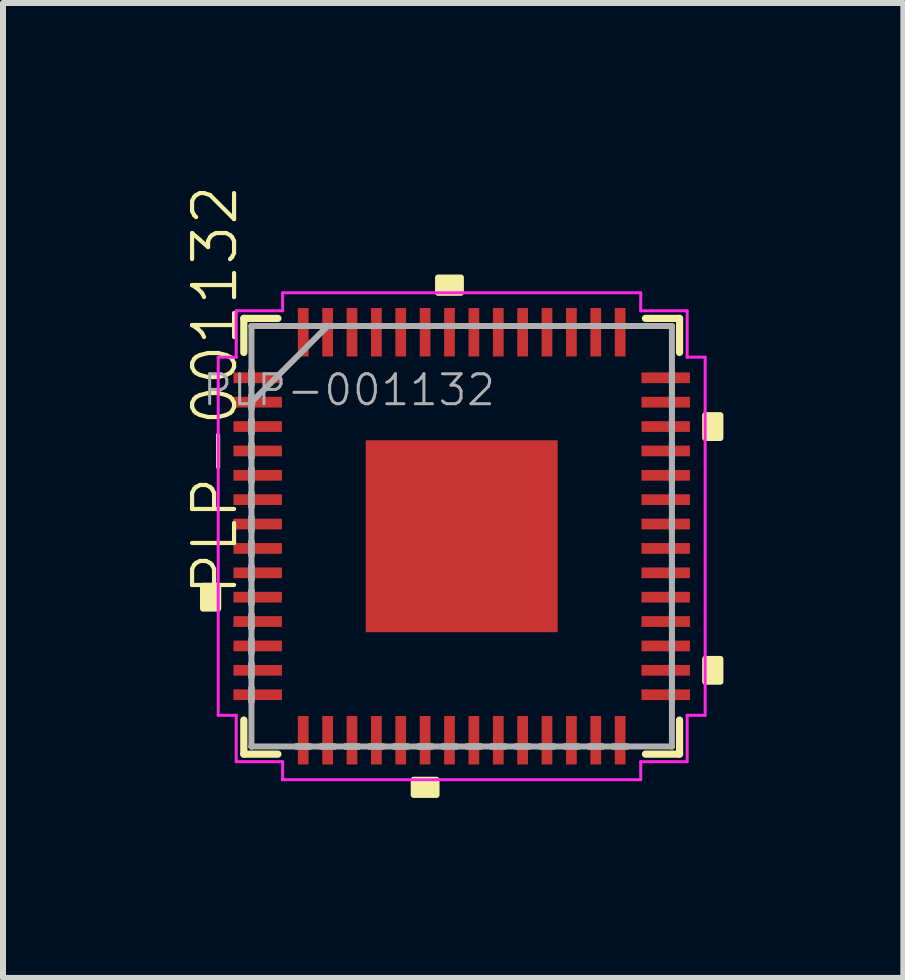
<source format=kicad_pcb>
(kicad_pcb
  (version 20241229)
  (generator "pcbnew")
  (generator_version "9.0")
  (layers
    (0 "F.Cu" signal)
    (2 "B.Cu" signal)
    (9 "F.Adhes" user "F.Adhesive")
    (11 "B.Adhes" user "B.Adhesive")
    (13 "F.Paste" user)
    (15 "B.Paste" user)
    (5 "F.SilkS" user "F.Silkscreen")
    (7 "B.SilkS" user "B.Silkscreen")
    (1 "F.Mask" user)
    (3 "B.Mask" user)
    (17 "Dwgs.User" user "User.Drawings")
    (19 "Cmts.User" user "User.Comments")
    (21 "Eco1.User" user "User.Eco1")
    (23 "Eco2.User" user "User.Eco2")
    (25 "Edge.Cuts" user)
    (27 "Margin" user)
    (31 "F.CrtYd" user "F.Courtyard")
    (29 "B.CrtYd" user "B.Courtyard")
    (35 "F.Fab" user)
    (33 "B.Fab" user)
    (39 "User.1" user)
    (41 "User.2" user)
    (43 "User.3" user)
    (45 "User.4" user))
  (footprint "PLP-001132"
    (layer "F.Cu")
    (at 4.647 5.89)
    (property "Reference" "PLP-001132" (at -4.115 -2.438 90) (layer "F.SilkS") (effects (font (size 0.7 0.7) (thickness 0.07))))
    (attr smd)
    (fp_line (start -3.632 -3.632) (end -3.632 -3.064) (stroke (width 0.12) (type solid)) (layer "F.SilkS"))
    (fp_line (start -3.632 3.064) (end -3.632 3.632) (stroke (width 0.12) (type solid)) (layer "F.SilkS"))
    (fp_line (start -3.632 3.632) (end -3.064 3.632) (stroke (width 0.12) (type solid)) (layer "F.SilkS"))
    (fp_line (start -3.064 -3.632) (end -3.632 -3.632) (stroke (width 0.12) (type solid)) (layer "F.SilkS"))
    (fp_line (start 3.064 3.632) (end 3.632 3.632) (stroke (width 0.12) (type solid)) (layer "F.SilkS"))
    (fp_line (start 3.632 -3.632) (end 3.064 -3.632) (stroke (width 0.12) (type solid)) (layer "F.SilkS"))
    (fp_line (start 3.632 -3.064) (end 3.632 -3.632) (stroke (width 0.12) (type solid)) (layer "F.SilkS"))
    (fp_line (start 3.632 3.632) (end 3.632 3.064) (stroke (width 0.12) (type solid)) (layer "F.SilkS"))
    (fp_poly (pts (xy -4.313 0.826) (xy -4.313 1.206) (xy -4.059 1.206) (xy -4.059 0.826)) (stroke (width 0.1) (type solid)) (fill yes) (layer "F.SilkS"))
    (fp_poly (pts (xy -0.8 4.059) (xy -0.8 4.313) (xy -0.419 4.313) (xy -0.419 4.059)) (stroke (width 0.1) (type solid)) (fill yes) (layer "F.SilkS"))
    (fp_poly (pts (xy -0.394 -4.059) (xy -0.394 -4.313) (xy -0.013 -4.313) (xy -0.013 -4.059)) (stroke (width 0.1) (type solid)) (fill yes) (layer "F.SilkS"))
    (fp_poly (pts (xy 4.313 -2.019) (xy 4.313 -1.638) (xy 4.059 -1.638) (xy 4.059 -2.019)) (stroke (width 0.1) (type solid)) (fill yes) (layer "F.SilkS"))
    (fp_poly (pts (xy 4.313 2.045) (xy 4.313 2.426) (xy 4.059 2.426) (xy 4.059 2.045)) (stroke (width 0.1) (type solid)) (fill yes) (layer "F.SilkS"))
    (fp_poly (pts (xy -1.5 -1.5) (xy -1.5 -0.1) (xy -0.1 -0.1) (xy -0.1 -1.5)) (stroke (width 0.1) (type solid)) (fill yes) (layer "F.Paste"))
    (fp_poly (pts (xy -1.5 0.1) (xy -1.5 1.5) (xy -0.1 1.5) (xy -0.1 0.1)) (stroke (width 0.1) (type solid)) (fill yes) (layer "F.Paste"))
    (fp_poly (pts (xy 0.1 -1.5) (xy 0.1 -0.1) (xy 1.5 -0.1) (xy 1.5 -1.5)) (stroke (width 0.1) (type solid)) (fill yes) (layer "F.Paste"))
    (fp_poly (pts (xy 0.1 0.1) (xy 0.1 1.5) (xy 1.5 1.5) (xy 1.5 0.1)) (stroke (width 0.1) (type solid)) (fill yes) (layer "F.Paste"))
    (fp_line (start -4.059 -2.985) (end -3.759 -2.985) (stroke (width 0.05) (type solid)) (layer "F.CrtYd"))
    (fp_line (start -4.059 2.985) (end -4.059 -2.985) (stroke (width 0.05) (type solid)) (layer "F.CrtYd"))
    (fp_line (start -3.759 -3.759) (end -2.985 -3.759) (stroke (width 0.05) (type solid)) (layer "F.CrtYd"))
    (fp_line (start -3.759 -2.985) (end -3.759 -3.759) (stroke (width 0.05) (type solid)) (layer "F.CrtYd"))
    (fp_line (start -3.759 2.985) (end -4.059 2.985) (stroke (width 0.05) (type solid)) (layer "F.CrtYd"))
    (fp_line (start -3.759 3.759) (end -3.759 2.985) (stroke (width 0.05) (type solid)) (layer "F.CrtYd"))
    (fp_line (start -2.985 -4.059) (end 2.985 -4.059) (stroke (width 0.05) (type solid)) (layer "F.CrtYd"))
    (fp_line (start -2.985 -3.759) (end -2.985 -4.059) (stroke (width 0.05) (type solid)) (layer "F.CrtYd"))
    (fp_line (start -2.985 3.759) (end -3.759 3.759) (stroke (width 0.05) (type solid)) (layer "F.CrtYd"))
    (fp_line (start -2.985 4.059) (end -2.985 3.759) (stroke (width 0.05) (type solid)) (layer "F.CrtYd"))
    (fp_line (start 2.985 -4.059) (end 2.985 -3.759) (stroke (width 0.05) (type solid)) (layer "F.CrtYd"))
    (fp_line (start 2.985 -3.759) (end 3.759 -3.759) (stroke (width 0.05) (type solid)) (layer "F.CrtYd"))
    (fp_line (start 2.985 3.759) (end 2.985 4.059) (stroke (width 0.05) (type solid)) (layer "F.CrtYd"))
    (fp_line (start 2.985 4.059) (end -2.985 4.059) (stroke (width 0.05) (type solid)) (layer "F.CrtYd"))
    (fp_line (start 3.759 -3.759) (end 3.759 -2.985) (stroke (width 0.05) (type solid)) (layer "F.CrtYd"))
    (fp_line (start 3.759 -2.985) (end 4.059 -2.985) (stroke (width 0.05) (type solid)) (layer "F.CrtYd"))
    (fp_line (start 3.759 2.985) (end 3.759 3.759) (stroke (width 0.05) (type solid)) (layer "F.CrtYd"))
    (fp_line (start 3.759 3.759) (end 2.985 3.759) (stroke (width 0.05) (type solid)) (layer "F.CrtYd"))
    (fp_line (start 4.059 -2.985) (end 4.059 2.985) (stroke (width 0.05) (type solid)) (layer "F.CrtYd"))
    (fp_line (start 4.059 2.985) (end 3.759 2.985) (stroke (width 0.05) (type solid)) (layer "F.CrtYd"))
    (fp_line (start -3.505 -3.505) (end -3.505 -3.505) (stroke (width 0.1) (type solid)) (layer "F.Fab"))
    (fp_line (start -3.505 -3.505) (end -3.505 3.505) (stroke (width 0.1) (type solid)) (layer "F.Fab"))
    (fp_line (start -3.505 -2.756) (end -3.505 -2.756) (stroke (width 0.1) (type solid)) (layer "F.Fab"))
    (fp_line (start -3.505 -2.756) (end -3.505 -2.527) (stroke (width 0.1) (type solid)) (layer "F.Fab"))
    (fp_line (start -3.505 -2.527) (end -3.505 -2.756) (stroke (width 0.1) (type solid)) (layer "F.Fab"))
    (fp_line (start -3.505 -2.527) (end -3.505 -2.527) (stroke (width 0.1) (type solid)) (layer "F.Fab"))
    (fp_line (start -3.505 -2.349) (end -3.505 -2.349) (stroke (width 0.1) (type solid)) (layer "F.Fab"))
    (fp_line (start -3.505 -2.349) (end -3.505 -2.121) (stroke (width 0.1) (type solid)) (layer "F.Fab"))
    (fp_line (start -3.505 -2.235) (end -2.235 -3.505) (stroke (width 0.1) (type solid)) (layer "F.Fab"))
    (fp_line (start -3.505 -2.121) (end -3.505 -2.349) (stroke (width 0.1) (type solid)) (layer "F.Fab"))
    (fp_line (start -3.505 -2.121) (end -3.505 -2.121) (stroke (width 0.1) (type solid)) (layer "F.Fab"))
    (fp_line (start -3.505 -1.943) (end -3.505 -1.943) (stroke (width 0.1) (type solid)) (layer "F.Fab"))
    (fp_line (start -3.505 -1.943) (end -3.505 -1.714) (stroke (width 0.1) (type solid)) (layer "F.Fab"))
    (fp_line (start -3.505 -1.714) (end -3.505 -1.943) (stroke (width 0.1) (type solid)) (layer "F.Fab"))
    (fp_line (start -3.505 -1.714) (end -3.505 -1.714) (stroke (width 0.1) (type solid)) (layer "F.Fab"))
    (fp_line (start -3.505 -1.537) (end -3.505 -1.537) (stroke (width 0.1) (type solid)) (layer "F.Fab"))
    (fp_line (start -3.505 -1.537) (end -3.505 -1.308) (stroke (width 0.1) (type solid)) (layer "F.Fab"))
    (fp_line (start -3.505 -1.308) (end -3.505 -1.537) (stroke (width 0.1) (type solid)) (layer "F.Fab"))
    (fp_line (start -3.505 -1.308) (end -3.505 -1.308) (stroke (width 0.1) (type solid)) (layer "F.Fab"))
    (fp_line (start -3.505 -1.13) (end -3.505 -1.13) (stroke (width 0.1) (type solid)) (layer "F.Fab"))
    (fp_line (start -3.505 -1.13) (end -3.505 -0.902) (stroke (width 0.1) (type solid)) (layer "F.Fab"))
    (fp_line (start -3.505 -0.902) (end -3.505 -1.13) (stroke (width 0.1) (type solid)) (layer "F.Fab"))
    (fp_line (start -3.505 -0.902) (end -3.505 -0.902) (stroke (width 0.1) (type solid)) (layer "F.Fab"))
    (fp_line (start -3.505 -0.724) (end -3.505 -0.724) (stroke (width 0.1) (type solid)) (layer "F.Fab"))
    (fp_line (start -3.505 -0.724) (end -3.505 -0.495) (stroke (width 0.1) (type solid)) (layer "F.Fab"))
    (fp_line (start -3.505 -0.495) (end -3.505 -0.724) (stroke (width 0.1) (type solid)) (layer "F.Fab"))
    (fp_line (start -3.505 -0.495) (end -3.505 -0.495) (stroke (width 0.1) (type solid)) (layer "F.Fab"))
    (fp_line (start -3.505 -0.318) (end -3.505 -0.318) (stroke (width 0.1) (type solid)) (layer "F.Fab"))
    (fp_line (start -3.505 -0.318) (end -3.505 -0.089) (stroke (width 0.1) (type solid)) (layer "F.Fab"))
    (fp_line (start -3.505 -0.089) (end -3.505 -0.318) (stroke (width 0.1) (type solid)) (layer "F.Fab"))
    (fp_line (start -3.505 -0.089) (end -3.505 -0.089) (stroke (width 0.1) (type solid)) (layer "F.Fab"))
    (fp_line (start -3.505 0.089) (end -3.505 0.089) (stroke (width 0.1) (type solid)) (layer "F.Fab"))
    (fp_line (start -3.505 0.089) (end -3.505 0.318) (stroke (width 0.1) (type solid)) (layer "F.Fab"))
    (fp_line (start -3.505 0.318) (end -3.505 0.089) (stroke (width 0.1) (type solid)) (layer "F.Fab"))
    (fp_line (start -3.505 0.318) (end -3.505 0.318) (stroke (width 0.1) (type solid)) (layer "F.Fab"))
    (fp_line (start -3.505 0.495) (end -3.505 0.495) (stroke (width 0.1) (type solid)) (layer "F.Fab"))
    (fp_line (start -3.505 0.495) (end -3.505 0.724) (stroke (width 0.1) (type solid)) (layer "F.Fab"))
    (fp_line (start -3.505 0.724) (end -3.505 0.495) (stroke (width 0.1) (type solid)) (layer "F.Fab"))
    (fp_line (start -3.505 0.724) (end -3.505 0.724) (stroke (width 0.1) (type solid)) (layer "F.Fab"))
    (fp_line (start -3.505 0.902) (end -3.505 0.902) (stroke (width 0.1) (type solid)) (layer "F.Fab"))
    (fp_line (start -3.505 0.902) (end -3.505 1.13) (stroke (width 0.1) (type solid)) (layer "F.Fab"))
    (fp_line (start -3.505 1.13) (end -3.505 0.902) (stroke (width 0.1) (type solid)) (layer "F.Fab"))
    (fp_line (start -3.505 1.13) (end -3.505 1.13) (stroke (width 0.1) (type solid)) (layer "F.Fab"))
    (fp_line (start -3.505 1.308) (end -3.505 1.308) (stroke (width 0.1) (type solid)) (layer "F.Fab"))
    (fp_line (start -3.505 1.308) (end -3.505 1.537) (stroke (width 0.1) (type solid)) (layer "F.Fab"))
    (fp_line (start -3.505 1.537) (end -3.505 1.308) (stroke (width 0.1) (type solid)) (layer "F.Fab"))
    (fp_line (start -3.505 1.537) (end -3.505 1.537) (stroke (width 0.1) (type solid)) (layer "F.Fab"))
    (fp_line (start -3.505 1.714) (end -3.505 1.714) (stroke (width 0.1) (type solid)) (layer "F.Fab"))
    (fp_line (start -3.505 1.714) (end -3.505 1.943) (stroke (width 0.1) (type solid)) (layer "F.Fab"))
    (fp_line (start -3.505 1.943) (end -3.505 1.714) (stroke (width 0.1) (type solid)) (layer "F.Fab"))
    (fp_line (start -3.505 1.943) (end -3.505 1.943) (stroke (width 0.1) (type solid)) (layer "F.Fab"))
    (fp_line (start -3.505 2.121) (end -3.505 2.121) (stroke (width 0.1) (type solid)) (layer "F.Fab"))
    (fp_line (start -3.505 2.121) (end -3.505 2.349) (stroke (width 0.1) (type solid)) (layer "F.Fab"))
    (fp_line (start -3.505 2.349) (end -3.505 2.121) (stroke (width 0.1) (type solid)) (layer "F.Fab"))
    (fp_line (start -3.505 2.349) (end -3.505 2.349) (stroke (width 0.1) (type solid)) (layer "F.Fab"))
    (fp_line (start -3.505 2.527) (end -3.505 2.527) (stroke (width 0.1) (type solid)) (layer "F.Fab"))
    (fp_line (start -3.505 2.527) (end -3.505 2.756) (stroke (width 0.1) (type solid)) (layer "F.Fab"))
    (fp_line (start -3.505 2.756) (end -3.505 2.527) (stroke (width 0.1) (type solid)) (layer "F.Fab"))
    (fp_line (start -3.505 2.756) (end -3.505 2.756) (stroke (width 0.1) (type solid)) (layer "F.Fab"))
    (fp_line (start -3.505 3.505) (end -3.505 3.505) (stroke (width 0.1) (type solid)) (layer "F.Fab"))
    (fp_line (start -3.505 3.505) (end 3.505 3.505) (stroke (width 0.1) (type solid)) (layer "F.Fab"))
    (fp_line (start -2.756 -3.505) (end -2.756 -3.505) (stroke (width 0.1) (type solid)) (layer "F.Fab"))
    (fp_line (start -2.756 -3.505) (end -2.527 -3.505) (stroke (width 0.1) (type solid)) (layer "F.Fab"))
    (fp_line (start -2.756 3.505) (end -2.756 3.505) (stroke (width 0.1) (type solid)) (layer "F.Fab"))
    (fp_line (start -2.756 3.505) (end -2.527 3.505) (stroke (width 0.1) (type solid)) (layer "F.Fab"))
    (fp_line (start -2.527 -3.505) (end -2.756 -3.505) (stroke (width 0.1) (type solid)) (layer "F.Fab"))
    (fp_line (start -2.527 -3.505) (end -2.527 -3.505) (stroke (width 0.1) (type solid)) (layer "F.Fab"))
    (fp_line (start -2.527 3.505) (end -2.756 3.505) (stroke (width 0.1) (type solid)) (layer "F.Fab"))
    (fp_line (start -2.527 3.505) (end -2.527 3.505) (stroke (width 0.1) (type solid)) (layer "F.Fab"))
    (fp_line (start -2.349 -3.505) (end -2.349 -3.505) (stroke (width 0.1) (type solid)) (layer "F.Fab"))
    (fp_line (start -2.349 -3.505) (end -2.121 -3.505) (stroke (width 0.1) (type solid)) (layer "F.Fab"))
    (fp_line (start -2.349 3.505) (end -2.349 3.505) (stroke (width 0.1) (type solid)) (layer "F.Fab"))
    (fp_line (start -2.349 3.505) (end -2.121 3.505) (stroke (width 0.1) (type solid)) (layer "F.Fab"))
    (fp_line (start -2.121 -3.505) (end -2.349 -3.505) (stroke (width 0.1) (type solid)) (layer "F.Fab"))
    (fp_line (start -2.121 -3.505) (end -2.121 -3.505) (stroke (width 0.1) (type solid)) (layer "F.Fab"))
    (fp_line (start -2.121 3.505) (end -2.349 3.505) (stroke (width 0.1) (type solid)) (layer "F.Fab"))
    (fp_line (start -2.121 3.505) (end -2.121 3.505) (stroke (width 0.1) (type solid)) (layer "F.Fab"))
    (fp_line (start -1.943 -3.505) (end -1.943 -3.505) (stroke (width 0.1) (type solid)) (layer "F.Fab"))
    (fp_line (start -1.943 -3.505) (end -1.714 -3.505) (stroke (width 0.1) (type solid)) (layer "F.Fab"))
    (fp_line (start -1.943 3.505) (end -1.943 3.505) (stroke (width 0.1) (type solid)) (layer "F.Fab"))
    (fp_line (start -1.943 3.505) (end -1.714 3.505) (stroke (width 0.1) (type solid)) (layer "F.Fab"))
    (fp_line (start -1.714 -3.505) (end -1.943 -3.505) (stroke (width 0.1) (type solid)) (layer "F.Fab"))
    (fp_line (start -1.714 -3.505) (end -1.714 -3.505) (stroke (width 0.1) (type solid)) (layer "F.Fab"))
    (fp_line (start -1.714 3.505) (end -1.943 3.505) (stroke (width 0.1) (type solid)) (layer "F.Fab"))
    (fp_line (start -1.714 3.505) (end -1.714 3.505) (stroke (width 0.1) (type solid)) (layer "F.Fab"))
    (fp_line (start -1.537 -3.505) (end -1.537 -3.505) (stroke (width 0.1) (type solid)) (layer "F.Fab"))
    (fp_line (start -1.537 -3.505) (end -1.308 -3.505) (stroke (width 0.1) (type solid)) (layer "F.Fab"))
    (fp_line (start -1.537 3.505) (end -1.537 3.505) (stroke (width 0.1) (type solid)) (layer "F.Fab"))
    (fp_line (start -1.537 3.505) (end -1.308 3.505) (stroke (width 0.1) (type solid)) (layer "F.Fab"))
    (fp_line (start -1.308 -3.505) (end -1.537 -3.505) (stroke (width 0.1) (type solid)) (layer "F.Fab"))
    (fp_line (start -1.308 -3.505) (end -1.308 -3.505) (stroke (width 0.1) (type solid)) (layer "F.Fab"))
    (fp_line (start -1.308 3.505) (end -1.537 3.505) (stroke (width 0.1) (type solid)) (layer "F.Fab"))
    (fp_line (start -1.308 3.505) (end -1.308 3.505) (stroke (width 0.1) (type solid)) (layer "F.Fab"))
    (fp_line (start -1.13 -3.505) (end -1.13 -3.505) (stroke (width 0.1) (type solid)) (layer "F.Fab"))
    (fp_line (start -1.13 -3.505) (end -0.902 -3.505) (stroke (width 0.1) (type solid)) (layer "F.Fab"))
    (fp_line (start -1.13 3.505) (end -1.13 3.505) (stroke (width 0.1) (type solid)) (layer "F.Fab"))
    (fp_line (start -1.13 3.505) (end -0.902 3.505) (stroke (width 0.1) (type solid)) (layer "F.Fab"))
    (fp_line (start -0.902 -3.505) (end -1.13 -3.505) (stroke (width 0.1) (type solid)) (layer "F.Fab"))
    (fp_line (start -0.902 -3.505) (end -0.902 -3.505) (stroke (width 0.1) (type solid)) (layer "F.Fab"))
    (fp_line (start -0.902 3.505) (end -1.13 3.505) (stroke (width 0.1) (type solid)) (layer "F.Fab"))
    (fp_line (start -0.902 3.505) (end -0.902 3.505) (stroke (width 0.1) (type solid)) (layer "F.Fab"))
    (fp_line (start -0.724 -3.505) (end -0.724 -3.505) (stroke (width 0.1) (type solid)) (layer "F.Fab"))
    (fp_line (start -0.724 -3.505) (end -0.495 -3.505) (stroke (width 0.1) (type solid)) (layer "F.Fab"))
    (fp_line (start -0.724 3.505) (end -0.724 3.505) (stroke (width 0.1) (type solid)) (layer "F.Fab"))
    (fp_line (start -0.724 3.505) (end -0.495 3.505) (stroke (width 0.1) (type solid)) (layer "F.Fab"))
    (fp_line (start -0.495 -3.505) (end -0.724 -3.505) (stroke (width 0.1) (type solid)) (layer "F.Fab"))
    (fp_line (start -0.495 -3.505) (end -0.495 -3.505) (stroke (width 0.1) (type solid)) (layer "F.Fab"))
    (fp_line (start -0.495 3.505) (end -0.724 3.505) (stroke (width 0.1) (type solid)) (layer "F.Fab"))
    (fp_line (start -0.495 3.505) (end -0.495 3.505) (stroke (width 0.1) (type solid)) (layer "F.Fab"))
    (fp_line (start -0.318 -3.505) (end -0.318 -3.505) (stroke (width 0.1) (type solid)) (layer "F.Fab"))
    (fp_line (start -0.318 -3.505) (end -0.089 -3.505) (stroke (width 0.1) (type solid)) (layer "F.Fab"))
    (fp_line (start -0.318 3.505) (end -0.318 3.505) (stroke (width 0.1) (type solid)) (layer "F.Fab"))
    (fp_line (start -0.318 3.505) (end -0.089 3.505) (stroke (width 0.1) (type solid)) (layer "F.Fab"))
    (fp_line (start -0.089 -3.505) (end -0.318 -3.505) (stroke (width 0.1) (type solid)) (layer "F.Fab"))
    (fp_line (start -0.089 -3.505) (end -0.089 -3.505) (stroke (width 0.1) (type solid)) (layer "F.Fab"))
    (fp_line (start -0.089 3.505) (end -0.318 3.505) (stroke (width 0.1) (type solid)) (layer "F.Fab"))
    (fp_line (start -0.089 3.505) (end -0.089 3.505) (stroke (width 0.1) (type solid)) (layer "F.Fab"))
    (fp_line (start 0.089 -3.505) (end 0.089 -3.505) (stroke (width 0.1) (type solid)) (layer "F.Fab"))
    (fp_line (start 0.089 -3.505) (end 0.318 -3.505) (stroke (width 0.1) (type solid)) (layer "F.Fab"))
    (fp_line (start 0.089 3.505) (end 0.089 3.505) (stroke (width 0.1) (type solid)) (layer "F.Fab"))
    (fp_line (start 0.089 3.505) (end 0.318 3.505) (stroke (width 0.1) (type solid)) (layer "F.Fab"))
    (fp_line (start 0.318 -3.505) (end 0.089 -3.505) (stroke (width 0.1) (type solid)) (layer "F.Fab"))
    (fp_line (start 0.318 -3.505) (end 0.318 -3.505) (stroke (width 0.1) (type solid)) (layer "F.Fab"))
    (fp_line (start 0.318 3.505) (end 0.089 3.505) (stroke (width 0.1) (type solid)) (layer "F.Fab"))
    (fp_line (start 0.318 3.505) (end 0.318 3.505) (stroke (width 0.1) (type solid)) (layer "F.Fab"))
    (fp_line (start 0.495 -3.505) (end 0.495 -3.505) (stroke (width 0.1) (type solid)) (layer "F.Fab"))
    (fp_line (start 0.495 -3.505) (end 0.724 -3.505) (stroke (width 0.1) (type solid)) (layer "F.Fab"))
    (fp_line (start 0.495 3.505) (end 0.495 3.505) (stroke (width 0.1) (type solid)) (layer "F.Fab"))
    (fp_line (start 0.495 3.505) (end 0.724 3.505) (stroke (width 0.1) (type solid)) (layer "F.Fab"))
    (fp_line (start 0.724 -3.505) (end 0.495 -3.505) (stroke (width 0.1) (type solid)) (layer "F.Fab"))
    (fp_line (start 0.724 -3.505) (end 0.724 -3.505) (stroke (width 0.1) (type solid)) (layer "F.Fab"))
    (fp_line (start 0.724 3.505) (end 0.495 3.505) (stroke (width 0.1) (type solid)) (layer "F.Fab"))
    (fp_line (start 0.724 3.505) (end 0.724 3.505) (stroke (width 0.1) (type solid)) (layer "F.Fab"))
    (fp_line (start 0.902 -3.505) (end 0.902 -3.505) (stroke (width 0.1) (type solid)) (layer "F.Fab"))
    (fp_line (start 0.902 -3.505) (end 1.13 -3.505) (stroke (width 0.1) (type solid)) (layer "F.Fab"))
    (fp_line (start 0.902 3.505) (end 0.902 3.505) (stroke (width 0.1) (type solid)) (layer "F.Fab"))
    (fp_line (start 0.902 3.505) (end 1.13 3.505) (stroke (width 0.1) (type solid)) (layer "F.Fab"))
    (fp_line (start 1.13 -3.505) (end 0.902 -3.505) (stroke (width 0.1) (type solid)) (layer "F.Fab"))
    (fp_line (start 1.13 -3.505) (end 1.13 -3.505) (stroke (width 0.1) (type solid)) (layer "F.Fab"))
    (fp_line (start 1.13 3.505) (end 0.902 3.505) (stroke (width 0.1) (type solid)) (layer "F.Fab"))
    (fp_line (start 1.13 3.505) (end 1.13 3.505) (stroke (width 0.1) (type solid)) (layer "F.Fab"))
    (fp_line (start 1.308 -3.505) (end 1.308 -3.505) (stroke (width 0.1) (type solid)) (layer "F.Fab"))
    (fp_line (start 1.308 -3.505) (end 1.537 -3.505) (stroke (width 0.1) (type solid)) (layer "F.Fab"))
    (fp_line (start 1.308 3.505) (end 1.308 3.505) (stroke (width 0.1) (type solid)) (layer "F.Fab"))
    (fp_line (start 1.308 3.505) (end 1.537 3.505) (stroke (width 0.1) (type solid)) (layer "F.Fab"))
    (fp_line (start 1.537 -3.505) (end 1.308 -3.505) (stroke (width 0.1) (type solid)) (layer "F.Fab"))
    (fp_line (start 1.537 -3.505) (end 1.537 -3.505) (stroke (width 0.1) (type solid)) (layer "F.Fab"))
    (fp_line (start 1.537 3.505) (end 1.308 3.505) (stroke (width 0.1) (type solid)) (layer "F.Fab"))
    (fp_line (start 1.537 3.505) (end 1.537 3.505) (stroke (width 0.1) (type solid)) (layer "F.Fab"))
    (fp_line (start 1.714 -3.505) (end 1.714 -3.505) (stroke (width 0.1) (type solid)) (layer "F.Fab"))
    (fp_line (start 1.714 -3.505) (end 1.943 -3.505) (stroke (width 0.1) (type solid)) (layer "F.Fab"))
    (fp_line (start 1.714 3.505) (end 1.714 3.505) (stroke (width 0.1) (type solid)) (layer "F.Fab"))
    (fp_line (start 1.714 3.505) (end 1.943 3.505) (stroke (width 0.1) (type solid)) (layer "F.Fab"))
    (fp_line (start 1.943 -3.505) (end 1.714 -3.505) (stroke (width 0.1) (type solid)) (layer "F.Fab"))
    (fp_line (start 1.943 -3.505) (end 1.943 -3.505) (stroke (width 0.1) (type solid)) (layer "F.Fab"))
    (fp_line (start 1.943 3.505) (end 1.714 3.505) (stroke (width 0.1) (type solid)) (layer "F.Fab"))
    (fp_line (start 1.943 3.505) (end 1.943 3.505) (stroke (width 0.1) (type solid)) (layer "F.Fab"))
    (fp_line (start 2.121 -3.505) (end 2.121 -3.505) (stroke (width 0.1) (type solid)) (layer "F.Fab"))
    (fp_line (start 2.121 -3.505) (end 2.349 -3.505) (stroke (width 0.1) (type solid)) (layer "F.Fab"))
    (fp_line (start 2.121 3.505) (end 2.121 3.505) (stroke (width 0.1) (type solid)) (layer "F.Fab"))
    (fp_line (start 2.121 3.505) (end 2.349 3.505) (stroke (width 0.1) (type solid)) (layer "F.Fab"))
    (fp_line (start 2.349 -3.505) (end 2.121 -3.505) (stroke (width 0.1) (type solid)) (layer "F.Fab"))
    (fp_line (start 2.349 -3.505) (end 2.349 -3.505) (stroke (width 0.1) (type solid)) (layer "F.Fab"))
    (fp_line (start 2.349 3.505) (end 2.121 3.505) (stroke (width 0.1) (type solid)) (layer "F.Fab"))
    (fp_line (start 2.349 3.505) (end 2.349 3.505) (stroke (width 0.1) (type solid)) (layer "F.Fab"))
    (fp_line (start 2.527 -3.505) (end 2.527 -3.505) (stroke (width 0.1) (type solid)) (layer "F.Fab"))
    (fp_line (start 2.527 -3.505) (end 2.756 -3.505) (stroke (width 0.1) (type solid)) (layer "F.Fab"))
    (fp_line (start 2.527 3.505) (end 2.527 3.505) (stroke (width 0.1) (type solid)) (layer "F.Fab"))
    (fp_line (start 2.527 3.505) (end 2.756 3.505) (stroke (width 0.1) (type solid)) (layer "F.Fab"))
    (fp_line (start 2.756 -3.505) (end 2.527 -3.505) (stroke (width 0.1) (type solid)) (layer "F.Fab"))
    (fp_line (start 2.756 -3.505) (end 2.756 -3.505) (stroke (width 0.1) (type solid)) (layer "F.Fab"))
    (fp_line (start 2.756 3.505) (end 2.527 3.505) (stroke (width 0.1) (type solid)) (layer "F.Fab"))
    (fp_line (start 2.756 3.505) (end 2.756 3.505) (stroke (width 0.1) (type solid)) (layer "F.Fab"))
    (fp_line (start 3.505 -3.505) (end -3.505 -3.505) (stroke (width 0.1) (type solid)) (layer "F.Fab"))
    (fp_line (start 3.505 -3.505) (end 3.505 -3.505) (stroke (width 0.1) (type solid)) (layer "F.Fab"))
    (fp_line (start 3.505 -2.756) (end 3.505 -2.756) (stroke (width 0.1) (type solid)) (layer "F.Fab"))
    (fp_line (start 3.505 -2.756) (end 3.505 -2.527) (stroke (width 0.1) (type solid)) (layer "F.Fab"))
    (fp_line (start 3.505 -2.527) (end 3.505 -2.756) (stroke (width 0.1) (type solid)) (layer "F.Fab"))
    (fp_line (start 3.505 -2.527) (end 3.505 -2.527) (stroke (width 0.1) (type solid)) (layer "F.Fab"))
    (fp_line (start 3.505 -2.349) (end 3.505 -2.349) (stroke (width 0.1) (type solid)) (layer "F.Fab"))
    (fp_line (start 3.505 -2.349) (end 3.505 -2.121) (stroke (width 0.1) (type solid)) (layer "F.Fab"))
    (fp_line (start 3.505 -2.121) (end 3.505 -2.349) (stroke (width 0.1) (type solid)) (layer "F.Fab"))
    (fp_line (start 3.505 -2.121) (end 3.505 -2.121) (stroke (width 0.1) (type solid)) (layer "F.Fab"))
    (fp_line (start 3.505 -1.943) (end 3.505 -1.943) (stroke (width 0.1) (type solid)) (layer "F.Fab"))
    (fp_line (start 3.505 -1.943) (end 3.505 -1.714) (stroke (width 0.1) (type solid)) (layer "F.Fab"))
    (fp_line (start 3.505 -1.714) (end 3.505 -1.943) (stroke (width 0.1) (type solid)) (layer "F.Fab"))
    (fp_line (start 3.505 -1.714) (end 3.505 -1.714) (stroke (width 0.1) (type solid)) (layer "F.Fab"))
    (fp_line (start 3.505 -1.537) (end 3.505 -1.537) (stroke (width 0.1) (type solid)) (layer "F.Fab"))
    (fp_line (start 3.505 -1.537) (end 3.505 -1.308) (stroke (width 0.1) (type solid)) (layer "F.Fab"))
    (fp_line (start 3.505 -1.308) (end 3.505 -1.537) (stroke (width 0.1) (type solid)) (layer "F.Fab"))
    (fp_line (start 3.505 -1.308) (end 3.505 -1.308) (stroke (width 0.1) (type solid)) (layer "F.Fab"))
    (fp_line (start 3.505 -1.13) (end 3.505 -1.13) (stroke (width 0.1) (type solid)) (layer "F.Fab"))
    (fp_line (start 3.505 -1.13) (end 3.505 -0.902) (stroke (width 0.1) (type solid)) (layer "F.Fab"))
    (fp_line (start 3.505 -0.902) (end 3.505 -1.13) (stroke (width 0.1) (type solid)) (layer "F.Fab"))
    (fp_line (start 3.505 -0.902) (end 3.505 -0.902) (stroke (width 0.1) (type solid)) (layer "F.Fab"))
    (fp_line (start 3.505 -0.724) (end 3.505 -0.724) (stroke (width 0.1) (type solid)) (layer "F.Fab"))
    (fp_line (start 3.505 -0.724) (end 3.505 -0.495) (stroke (width 0.1) (type solid)) (layer "F.Fab"))
    (fp_line (start 3.505 -0.495) (end 3.505 -0.724) (stroke (width 0.1) (type solid)) (layer "F.Fab"))
    (fp_line (start 3.505 -0.495) (end 3.505 -0.495) (stroke (width 0.1) (type solid)) (layer "F.Fab"))
    (fp_line (start 3.505 -0.318) (end 3.505 -0.318) (stroke (width 0.1) (type solid)) (layer "F.Fab"))
    (fp_line (start 3.505 -0.318) (end 3.505 -0.089) (stroke (width 0.1) (type solid)) (layer "F.Fab"))
    (fp_line (start 3.505 -0.089) (end 3.505 -0.318) (stroke (width 0.1) (type solid)) (layer "F.Fab"))
    (fp_line (start 3.505 -0.089) (end 3.505 -0.089) (stroke (width 0.1) (type solid)) (layer "F.Fab"))
    (fp_line (start 3.505 0.089) (end 3.505 0.089) (stroke (width 0.1) (type solid)) (layer "F.Fab"))
    (fp_line (start 3.505 0.089) (end 3.505 0.318) (stroke (width 0.1) (type solid)) (layer "F.Fab"))
    (fp_line (start 3.505 0.318) (end 3.505 0.089) (stroke (width 0.1) (type solid)) (layer "F.Fab"))
    (fp_line (start 3.505 0.318) (end 3.505 0.318) (stroke (width 0.1) (type solid)) (layer "F.Fab"))
    (fp_line (start 3.505 0.495) (end 3.505 0.495) (stroke (width 0.1) (type solid)) (layer "F.Fab"))
    (fp_line (start 3.505 0.495) (end 3.505 0.724) (stroke (width 0.1) (type solid)) (layer "F.Fab"))
    (fp_line (start 3.505 0.724) (end 3.505 0.495) (stroke (width 0.1) (type solid)) (layer "F.Fab"))
    (fp_line (start 3.505 0.724) (end 3.505 0.724) (stroke (width 0.1) (type solid)) (layer "F.Fab"))
    (fp_line (start 3.505 0.902) (end 3.505 0.902) (stroke (width 0.1) (type solid)) (layer "F.Fab"))
    (fp_line (start 3.505 0.902) (end 3.505 1.13) (stroke (width 0.1) (type solid)) (layer "F.Fab"))
    (fp_line (start 3.505 1.13) (end 3.505 0.902) (stroke (width 0.1) (type solid)) (layer "F.Fab"))
    (fp_line (start 3.505 1.13) (end 3.505 1.13) (stroke (width 0.1) (type solid)) (layer "F.Fab"))
    (fp_line (start 3.505 1.308) (end 3.505 1.308) (stroke (width 0.1) (type solid)) (layer "F.Fab"))
    (fp_line (start 3.505 1.308) (end 3.505 1.537) (stroke (width 0.1) (type solid)) (layer "F.Fab"))
    (fp_line (start 3.505 1.537) (end 3.505 1.308) (stroke (width 0.1) (type solid)) (layer "F.Fab"))
    (fp_line (start 3.505 1.537) (end 3.505 1.537) (stroke (width 0.1) (type solid)) (layer "F.Fab"))
    (fp_line (start 3.505 1.714) (end 3.505 1.714) (stroke (width 0.1) (type solid)) (layer "F.Fab"))
    (fp_line (start 3.505 1.714) (end 3.505 1.943) (stroke (width 0.1) (type solid)) (layer "F.Fab"))
    (fp_line (start 3.505 1.943) (end 3.505 1.714) (stroke (width 0.1) (type solid)) (layer "F.Fab"))
    (fp_line (start 3.505 1.943) (end 3.505 1.943) (stroke (width 0.1) (type solid)) (layer "F.Fab"))
    (fp_line (start 3.505 2.121) (end 3.505 2.121) (stroke (width 0.1) (type solid)) (layer "F.Fab"))
    (fp_line (start 3.505 2.121) (end 3.505 2.349) (stroke (width 0.1) (type solid)) (layer "F.Fab"))
    (fp_line (start 3.505 2.349) (end 3.505 2.121) (stroke (width 0.1) (type solid)) (layer "F.Fab"))
    (fp_line (start 3.505 2.349) (end 3.505 2.349) (stroke (width 0.1) (type solid)) (layer "F.Fab"))
    (fp_line (start 3.505 2.527) (end 3.505 2.527) (stroke (width 0.1) (type solid)) (layer "F.Fab"))
    (fp_line (start 3.505 2.527) (end 3.505 2.756) (stroke (width 0.1) (type solid)) (layer "F.Fab"))
    (fp_line (start 3.505 2.756) (end 3.505 2.527) (stroke (width 0.1) (type solid)) (layer "F.Fab"))
    (fp_line (start 3.505 2.756) (end 3.505 2.756) (stroke (width 0.1) (type solid)) (layer "F.Fab"))
    (fp_line (start 3.505 3.505) (end 3.505 -3.505) (stroke (width 0.1) (type solid)) (layer "F.Fab"))
    (fp_line (start 3.505 3.505) (end 3.505 3.505) (stroke (width 0.1) (type solid)) (layer "F.Fab"))
    (fp_text user "${REFERENCE}" (at -1.88 -2.438 0) (unlocked yes) (layer "F.Fab") (effects (font (size 0.5 0.5) (thickness 0.05))))
    (pad "1" smd rect (at -3.401 -2.642 90) (size 0.179 0.808) (layers "F.Cu" "F.Mask" "F.Paste"))
    (pad "2" smd rect (at -3.401 -2.235 90) (size 0.179 0.808) (layers "F.Cu" "F.Mask" "F.Paste"))
    (pad "3" smd rect (at -3.401 -1.829 90) (size 0.179 0.808) (layers "F.Cu" "F.Mask" "F.Paste"))
    (pad "4" smd rect (at -3.401 -1.422 90) (size 0.179 0.808) (layers "F.Cu" "F.Mask" "F.Paste"))
    (pad "5" smd rect (at -3.401 -1.016 90) (size 0.179 0.808) (layers "F.Cu" "F.Mask" "F.Paste"))
    (pad "6" smd rect (at -3.401 -0.61 90) (size 0.179 0.808) (layers "F.Cu" "F.Mask" "F.Paste"))
    (pad "7" smd rect (at -3.401 -0.203 90) (size 0.179 0.808) (layers "F.Cu" "F.Mask" "F.Paste"))
    (pad "8" smd rect (at -3.401 0.203 90) (size 0.179 0.808) (layers "F.Cu" "F.Mask" "F.Paste"))
    (pad "9" smd rect (at -3.401 0.61 90) (size 0.179 0.808) (layers "F.Cu" "F.Mask" "F.Paste"))
    (pad "10" smd rect (at -3.401 1.016 90) (size 0.179 0.808) (layers "F.Cu" "F.Mask" "F.Paste"))
    (pad "11" smd rect (at -3.401 1.422 90) (size 0.179 0.808) (layers "F.Cu" "F.Mask" "F.Paste"))
    (pad "12" smd rect (at -3.401 1.829 90) (size 0.179 0.808) (layers "F.Cu" "F.Mask" "F.Paste"))
    (pad "13" smd rect (at -3.401 2.235 90) (size 0.179 0.808) (layers "F.Cu" "F.Mask" "F.Paste"))
    (pad "14" smd rect (at -3.401 2.642 90) (size 0.179 0.808) (layers "F.Cu" "F.Mask" "F.Paste"))
    (pad "15" smd rect (at -2.642 3.401) (size 0.179 0.808) (layers "F.Cu" "F.Mask" "F.Paste"))
    (pad "16" smd rect (at -2.235 3.401) (size 0.179 0.808) (layers "F.Cu" "F.Mask" "F.Paste"))
    (pad "17" smd rect (at -1.829 3.401) (size 0.179 0.808) (layers "F.Cu" "F.Mask" "F.Paste"))
    (pad "18" smd rect (at -1.422 3.401) (size 0.179 0.808) (layers "F.Cu" "F.Mask" "F.Paste"))
    (pad "19" smd rect (at -1.016 3.401) (size 0.179 0.808) (layers "F.Cu" "F.Mask" "F.Paste"))
    (pad "20" smd rect (at -0.61 3.401) (size 0.179 0.808) (layers "F.Cu" "F.Mask" "F.Paste"))
    (pad "21" smd rect (at -0.203 3.401) (size 0.179 0.808) (layers "F.Cu" "F.Mask" "F.Paste"))
    (pad "22" smd rect (at 0.203 3.401) (size 0.179 0.808) (layers "F.Cu" "F.Mask" "F.Paste"))
    (pad "23" smd rect (at 0.61 3.401) (size 0.179 0.808) (layers "F.Cu" "F.Mask" "F.Paste"))
    (pad "24" smd rect (at 1.016 3.401) (size 0.179 0.808) (layers "F.Cu" "F.Mask" "F.Paste"))
    (pad "25" smd rect (at 1.422 3.401) (size 0.179 0.808) (layers "F.Cu" "F.Mask" "F.Paste"))
    (pad "26" smd rect (at 1.829 3.401) (size 0.179 0.808) (layers "F.Cu" "F.Mask" "F.Paste"))
    (pad "27" smd rect (at 2.235 3.401) (size 0.179 0.808) (layers "F.Cu" "F.Mask" "F.Paste"))
    (pad "28" smd rect (at 2.642 3.401) (size 0.179 0.808) (layers "F.Cu" "F.Mask" "F.Paste"))
    (pad "29" smd rect (at 3.401 2.642 90) (size 0.179 0.808) (layers "F.Cu" "F.Mask" "F.Paste"))
    (pad "30" smd rect (at 3.401 2.235 90) (size 0.179 0.808) (layers "F.Cu" "F.Mask" "F.Paste"))
    (pad "31" smd rect (at 3.401 1.829 90) (size 0.179 0.808) (layers "F.Cu" "F.Mask" "F.Paste"))
    (pad "32" smd rect (at 3.401 1.422 90) (size 0.179 0.808) (layers "F.Cu" "F.Mask" "F.Paste"))
    (pad "33" smd rect (at 3.401 1.016 90) (size 0.179 0.808) (layers "F.Cu" "F.Mask" "F.Paste"))
    (pad "34" smd rect (at 3.401 0.61 90) (size 0.179 0.808) (layers "F.Cu" "F.Mask" "F.Paste"))
    (pad "35" smd rect (at 3.401 0.203 90) (size 0.179 0.808) (layers "F.Cu" "F.Mask" "F.Paste"))
    (pad "36" smd rect (at 3.401 -0.203 90) (size 0.179 0.808) (layers "F.Cu" "F.Mask" "F.Paste"))
    (pad "37" smd rect (at 3.401 -0.61 90) (size 0.179 0.808) (layers "F.Cu" "F.Mask" "F.Paste"))
    (pad "38" smd rect (at 3.401 -1.016 90) (size 0.179 0.808) (layers "F.Cu" "F.Mask" "F.Paste"))
    (pad "39" smd rect (at 3.401 -1.422 90) (size 0.179 0.808) (layers "F.Cu" "F.Mask" "F.Paste"))
    (pad "40" smd rect (at 3.401 -1.829 90) (size 0.179 0.808) (layers "F.Cu" "F.Mask" "F.Paste"))
    (pad "41" smd rect (at 3.401 -2.235 90) (size 0.179 0.808) (layers "F.Cu" "F.Mask" "F.Paste"))
    (pad "42" smd rect (at 3.401 -2.642 90) (size 0.179 0.808) (layers "F.Cu" "F.Mask" "F.Paste"))
    (pad "43" smd rect (at 2.642 -3.401) (size 0.179 0.808) (layers "F.Cu" "F.Mask" "F.Paste"))
    (pad "44" smd rect (at 2.235 -3.401) (size 0.179 0.808) (layers "F.Cu" "F.Mask" "F.Paste"))
    (pad "45" smd rect (at 1.829 -3.401) (size 0.179 0.808) (layers "F.Cu" "F.Mask" "F.Paste"))
    (pad "46" smd rect (at 1.422 -3.401) (size 0.179 0.808) (layers "F.Cu" "F.Mask" "F.Paste"))
    (pad "47" smd rect (at 1.016 -3.401) (size 0.179 0.808) (layers "F.Cu" "F.Mask" "F.Paste"))
    (pad "48" smd rect (at 0.61 -3.401) (size 0.179 0.808) (layers "F.Cu" "F.Mask" "F.Paste"))
    (pad "49" smd rect (at 0.203 -3.401) (size 0.179 0.808) (layers "F.Cu" "F.Mask" "F.Paste"))
    (pad "50" smd rect (at -0.203 -3.401) (size 0.179 0.808) (layers "F.Cu" "F.Mask" "F.Paste"))
    (pad "51" smd rect (at -0.61 -3.401) (size 0.179 0.808) (layers "F.Cu" "F.Mask" "F.Paste"))
    (pad "52" smd rect (at -1.016 -3.401) (size 0.179 0.808) (layers "F.Cu" "F.Mask" "F.Paste"))
    (pad "53" smd rect (at -1.422 -3.401) (size 0.179 0.808) (layers "F.Cu" "F.Mask" "F.Paste"))
    (pad "54" smd rect (at -1.829 -3.401) (size 0.179 0.808) (layers "F.Cu" "F.Mask" "F.Paste"))
    (pad "55" smd rect (at -2.235 -3.401) (size 0.179 0.808) (layers "F.Cu" "F.Mask" "F.Paste"))
    (pad "56" smd rect (at -2.642 -3.401) (size 0.179 0.808) (layers "F.Cu" "F.Mask" "F.Paste"))
    (pad "57" smd rect (at 0 0) (size 3.2 3.2) (layers "F.Cu" "F.Mask")))
  (gr_rect
    (start -3 -3)
    (end 12.01 13.253)
    (stroke (width 0.1) (type default))
    (fill no)
    (layer "Edge.Cuts")))
</source>
